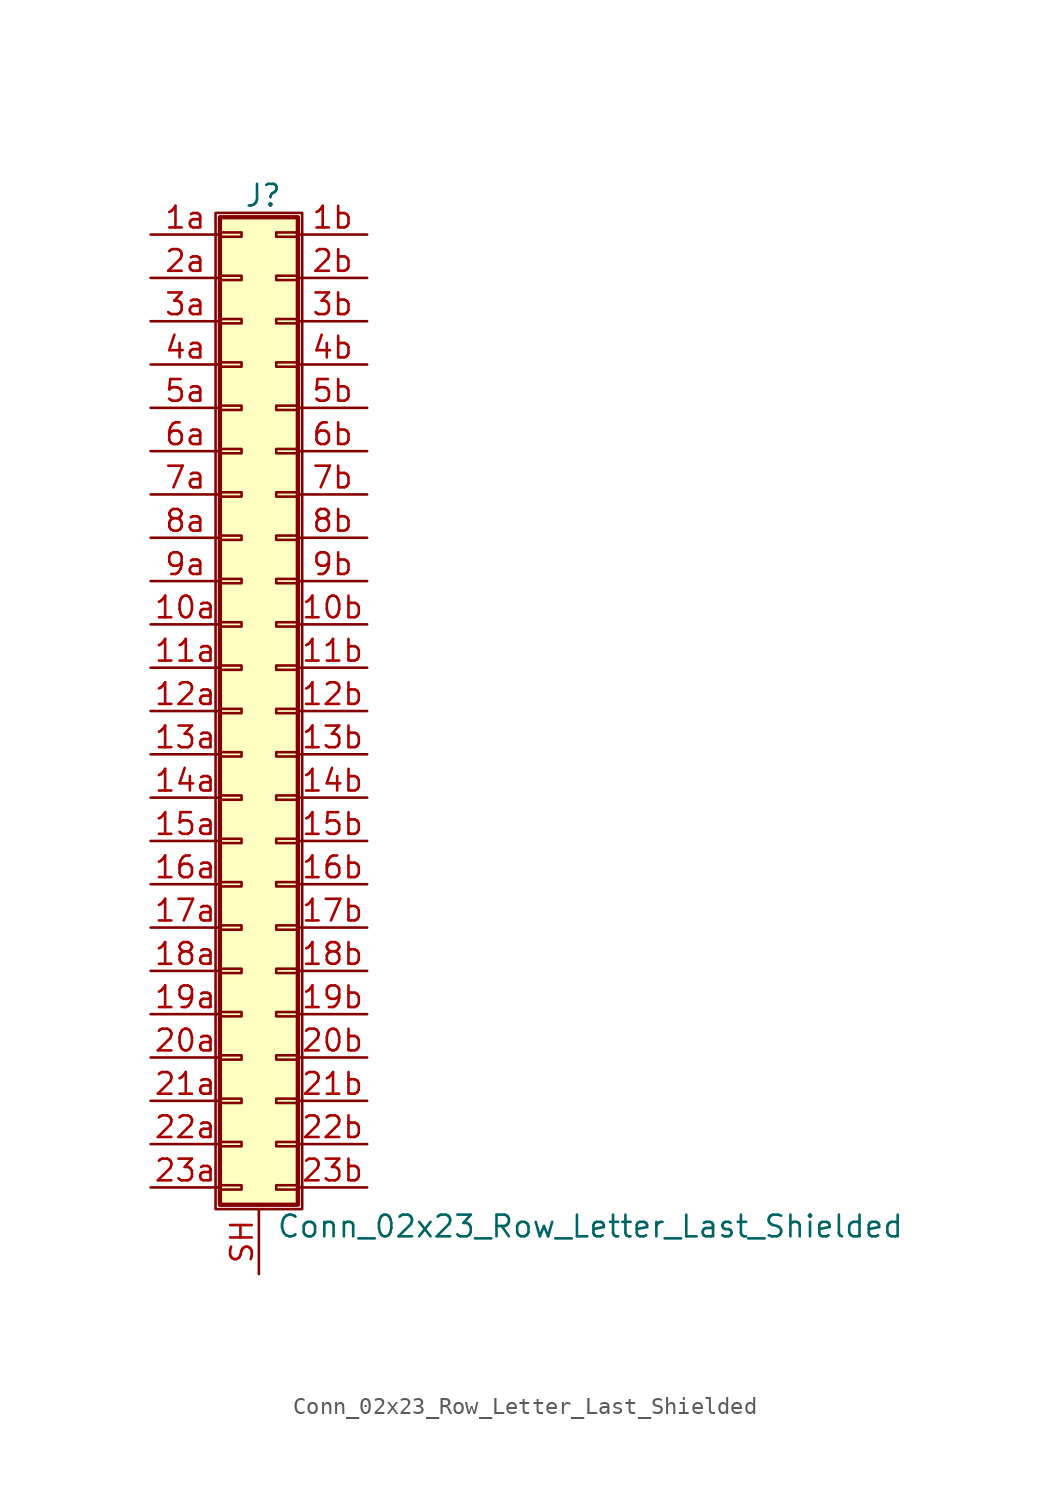
<source format=kicad_sym>
(kicad_symbol_lib
  (version 20220914)
  (generator kicad_symbol_editor)
  (symbol "Conn_02x23_Row_Letter_Last_Shielded"
    (pin_names
      (offset 1.016) hide)
    (property "Reference" "J"
      (at 1.524 30.226 0)
      (effects (font (size 1.27 1.27))))
    (property "Value" "Conn_02x23_Row_Letter_Last_Shielded"
      (at 2.286 -30.226 0)
      (effects (font (size 1.27 1.27)) (justify left)))
    (symbol "Conn_02x23_Row_Letter_Last_Shielded_1_1"
      (rectangle (start -1.27 29.21) (end 3.81 -29.21) (stroke (width 0.152) (type default)) (fill (type none)))
      (rectangle (start -1.016 -27.813) (end 0.254 -28.067) (stroke (width 0.152) (type default)) (fill (type none)))
      (rectangle (start -1.016 -25.273) (end 0.254 -25.527) (stroke (width 0.152) (type default)) (fill (type none)))
      (rectangle (start -1.016 -22.733) (end 0.254 -22.987) (stroke (width 0.152) (type default)) (fill (type none)))
      (rectangle (start -1.016 -20.193) (end 0.254 -20.447) (stroke (width 0.152) (type default)) (fill (type none)))
      (rectangle (start -1.016 -17.653) (end 0.254 -17.907) (stroke (width 0.152) (type default)) (fill (type none)))
      (rectangle (start -1.016 -15.113) (end 0.254 -15.367) (stroke (width 0.152) (type default)) (fill (type none)))
      (rectangle (start -1.016 -12.573) (end 0.254 -12.827) (stroke (width 0.152) (type default)) (fill (type none)))
      (rectangle (start -1.016 -10.033) (end 0.254 -10.287) (stroke (width 0.152) (type default)) (fill (type none)))
      (rectangle (start -1.016 -7.493) (end 0.254 -7.747) (stroke (width 0.152) (type default)) (fill (type none)))
      (rectangle (start -1.016 -4.953) (end 0.254 -5.207) (stroke (width 0.152) (type default)) (fill (type none)))
      (rectangle (start -1.016 -2.413) (end 0.254 -2.667) (stroke (width 0.152) (type default)) (fill (type none)))
      (rectangle (start -1.016 0.127) (end 0.254 -0.127) (stroke (width 0.152) (type default)) (fill (type none)))
      (rectangle (start -1.016 2.667) (end 0.254 2.413) (stroke (width 0.152) (type default)) (fill (type none)))
      (rectangle (start -1.016 5.207) (end 0.254 4.953) (stroke (width 0.152) (type default)) (fill (type none)))
      (rectangle (start -1.016 7.747) (end 0.254 7.493) (stroke (width 0.152) (type default)) (fill (type none)))
      (rectangle (start -1.016 10.287) (end 0.254 10.033) (stroke (width 0.152) (type default)) (fill (type none)))
      (rectangle (start -1.016 12.827) (end 0.254 12.573) (stroke (width 0.152) (type default)) (fill (type none)))
      (rectangle (start -1.016 15.367) (end 0.254 15.113) (stroke (width 0.152) (type default)) (fill (type none)))
      (rectangle (start -1.016 17.907) (end 0.254 17.653) (stroke (width 0.152) (type default)) (fill (type none)))
      (rectangle (start -1.016 20.447) (end 0.254 20.193) (stroke (width 0.152) (type default)) (fill (type none)))
      (rectangle (start -1.016 22.987) (end 0.254 22.733) (stroke (width 0.152) (type default)) (fill (type none)))
      (rectangle (start -1.016 25.527) (end 0.254 25.273) (stroke (width 0.152) (type default)) (fill (type none)))
      (rectangle (start -1.016 28.067) (end 0.254 27.813) (stroke (width 0.152) (type default)) (fill (type none)))
      (rectangle (start -1.016 28.956) (end 3.556 -28.956) (stroke (width 0.254) (type default)) (fill (type background)))
      (rectangle (start 3.556 -27.813) (end 2.286 -28.067) (stroke (width 0.152) (type default)) (fill (type none)))
      (rectangle (start 3.556 -25.273) (end 2.286 -25.527) (stroke (width 0.152) (type default)) (fill (type none)))
      (rectangle (start 3.556 -22.733) (end 2.286 -22.987) (stroke (width 0.152) (type default)) (fill (type none)))
      (rectangle (start 3.556 -20.193) (end 2.286 -20.447) (stroke (width 0.152) (type default)) (fill (type none)))
      (rectangle (start 3.556 -17.653) (end 2.286 -17.907) (stroke (width 0.152) (type default)) (fill (type none)))
      (rectangle (start 3.556 -15.113) (end 2.286 -15.367) (stroke (width 0.152) (type default)) (fill (type none)))
      (rectangle (start 3.556 -12.573) (end 2.286 -12.827) (stroke (width 0.152) (type default)) (fill (type none)))
      (rectangle (start 3.556 -10.033) (end 2.286 -10.287) (stroke (width 0.152) (type default)) (fill (type none)))
      (rectangle (start 3.556 -7.493) (end 2.286 -7.747) (stroke (width 0.152) (type default)) (fill (type none)))
      (rectangle (start 3.556 -4.953) (end 2.286 -5.207) (stroke (width 0.152) (type default)) (fill (type none)))
      (rectangle (start 3.556 -2.413) (end 2.286 -2.667) (stroke (width 0.152) (type default)) (fill (type none)))
      (rectangle (start 3.556 0.127) (end 2.286 -0.127) (stroke (width 0.152) (type default)) (fill (type none)))
      (rectangle (start 3.556 2.667) (end 2.286 2.413) (stroke (width 0.152) (type default)) (fill (type none)))
      (rectangle (start 3.556 5.207) (end 2.286 4.953) (stroke (width 0.152) (type default)) (fill (type none)))
      (rectangle (start 3.556 7.747) (end 2.286 7.493) (stroke (width 0.152) (type default)) (fill (type none)))
      (rectangle (start 3.556 10.287) (end 2.286 10.033) (stroke (width 0.152) (type default)) (fill (type none)))
      (rectangle (start 3.556 12.827) (end 2.286 12.573) (stroke (width 0.152) (type default)) (fill (type none)))
      (rectangle (start 3.556 15.367) (end 2.286 15.113) (stroke (width 0.152) (type default)) (fill (type none)))
      (rectangle (start 3.556 17.907) (end 2.286 17.653) (stroke (width 0.152) (type default)) (fill (type none)))
      (rectangle (start 3.556 20.447) (end 2.286 20.193) (stroke (width 0.152) (type default)) (fill (type none)))
      (rectangle (start 3.556 22.987) (end 2.286 22.733) (stroke (width 0.152) (type default)) (fill (type none)))
      (rectangle (start 3.556 25.527) (end 2.286 25.273) (stroke (width 0.152) (type default)) (fill (type none)))
      (rectangle (start 3.556 28.067) (end 2.286 27.813) (stroke (width 0.152) (type default)) (fill (type none)))
      (pin passive line (at -5.08 5.08 0) (length 4.064) (name "Pin_10a" (effects (font (size 1.27 1.27)))) (number "10a" (effects (font (size 1.27 1.27)))))
      (pin passive line (at 7.62 5.08 180) (length 4.064) (name "Pin_10b" (effects (font (size 1.27 1.27)))) (number "10b" (effects (font (size 1.27 1.27)))))
      (pin passive line (at -5.08 2.54 0) (length 4.064) (name "Pin_11a" (effects (font (size 1.27 1.27)))) (number "11a" (effects (font (size 1.27 1.27)))))
      (pin passive line (at 7.62 2.54 180) (length 4.064) (name "Pin_11b" (effects (font (size 1.27 1.27)))) (number "11b" (effects (font (size 1.27 1.27)))))
      (pin passive line (at -5.08 0 0) (length 4.064) (name "Pin_12a" (effects (font (size 1.27 1.27)))) (number "12a" (effects (font (size 1.27 1.27)))))
      (pin passive line (at 7.62 0 180) (length 4.064) (name "Pin_12b" (effects (font (size 1.27 1.27)))) (number "12b" (effects (font (size 1.27 1.27)))))
      (pin passive line (at -5.08 -2.54 0) (length 4.064) (name "Pin_13a" (effects (font (size 1.27 1.27)))) (number "13a" (effects (font (size 1.27 1.27)))))
      (pin passive line (at 7.62 -2.54 180) (length 4.064) (name "Pin_13b" (effects (font (size 1.27 1.27)))) (number "13b" (effects (font (size 1.27 1.27)))))
      (pin passive line (at -5.08 -5.08 0) (length 4.064) (name "Pin_14a" (effects (font (size 1.27 1.27)))) (number "14a" (effects (font (size 1.27 1.27)))))
      (pin passive line (at 7.62 -5.08 180) (length 4.064) (name "Pin_14b" (effects (font (size 1.27 1.27)))) (number "14b" (effects (font (size 1.27 1.27)))))
      (pin passive line (at -5.08 -7.62 0) (length 4.064) (name "Pin_15a" (effects (font (size 1.27 1.27)))) (number "15a" (effects (font (size 1.27 1.27)))))
      (pin passive line (at 7.62 -7.62 180) (length 4.064) (name "Pin_15b" (effects (font (size 1.27 1.27)))) (number "15b" (effects (font (size 1.27 1.27)))))
      (pin passive line (at -5.08 -10.16 0) (length 4.064) (name "Pin_16a" (effects (font (size 1.27 1.27)))) (number "16a" (effects (font (size 1.27 1.27)))))
      (pin passive line (at 7.62 -10.16 180) (length 4.064) (name "Pin_16b" (effects (font (size 1.27 1.27)))) (number "16b" (effects (font (size 1.27 1.27)))))
      (pin passive line (at -5.08 -12.7 0) (length 4.064) (name "Pin_17a" (effects (font (size 1.27 1.27)))) (number "17a" (effects (font (size 1.27 1.27)))))
      (pin passive line (at 7.62 -12.7 180) (length 4.064) (name "Pin_17b" (effects (font (size 1.27 1.27)))) (number "17b" (effects (font (size 1.27 1.27)))))
      (pin passive line (at -5.08 -15.24 0) (length 4.064) (name "Pin_18a" (effects (font (size 1.27 1.27)))) (number "18a" (effects (font (size 1.27 1.27)))))
      (pin passive line (at 7.62 -15.24 180) (length 4.064) (name "Pin_18b" (effects (font (size 1.27 1.27)))) (number "18b" (effects (font (size 1.27 1.27)))))
      (pin passive line (at -5.08 -17.78 0) (length 4.064) (name "Pin_19a" (effects (font (size 1.27 1.27)))) (number "19a" (effects (font (size 1.27 1.27)))))
      (pin passive line (at 7.62 -17.78 180) (length 4.064) (name "Pin_19b" (effects (font (size 1.27 1.27)))) (number "19b" (effects (font (size 1.27 1.27)))))
      (pin passive line (at -5.08 27.94 0) (length 4.064) (name "Pin_1a" (effects (font (size 1.27 1.27)))) (number "1a" (effects (font (size 1.27 1.27)))))
      (pin passive line (at 7.62 27.94 180) (length 4.064) (name "Pin_1b" (effects (font (size 1.27 1.27)))) (number "1b" (effects (font (size 1.27 1.27)))))
      (pin passive line (at -5.08 -20.32 0) (length 4.064) (name "Pin_20a" (effects (font (size 1.27 1.27)))) (number "20a" (effects (font (size 1.27 1.27)))))
      (pin passive line (at 7.62 -20.32 180) (length 4.064) (name "Pin_20b" (effects (font (size 1.27 1.27)))) (number "20b" (effects (font (size 1.27 1.27)))))
      (pin passive line (at -5.08 -22.86 0) (length 4.064) (name "Pin_21a" (effects (font (size 1.27 1.27)))) (number "21a" (effects (font (size 1.27 1.27)))))
      (pin passive line (at 7.62 -22.86 180) (length 4.064) (name "Pin_21b" (effects (font (size 1.27 1.27)))) (number "21b" (effects (font (size 1.27 1.27)))))
      (pin passive line (at -5.08 -25.4 0) (length 4.064) (name "Pin_22a" (effects (font (size 1.27 1.27)))) (number "22a" (effects (font (size 1.27 1.27)))))
      (pin passive line (at 7.62 -25.4 180) (length 4.064) (name "Pin_22b" (effects (font (size 1.27 1.27)))) (number "22b" (effects (font (size 1.27 1.27)))))
      (pin passive line (at -5.08 -27.94 0) (length 4.064) (name "Pin_23a" (effects (font (size 1.27 1.27)))) (number "23a" (effects (font (size 1.27 1.27)))))
      (pin passive line (at 7.62 -27.94 180) (length 4.064) (name "Pin_23b" (effects (font (size 1.27 1.27)))) (number "23b" (effects (font (size 1.27 1.27)))))
      (pin passive line (at -5.08 25.4 0) (length 4.064) (name "Pin_2a" (effects (font (size 1.27 1.27)))) (number "2a" (effects (font (size 1.27 1.27)))))
      (pin passive line (at 7.62 25.4 180) (length 4.064) (name "Pin_2b" (effects (font (size 1.27 1.27)))) (number "2b" (effects (font (size 1.27 1.27)))))
      (pin passive line (at -5.08 22.86 0) (length 4.064) (name "Pin_3a" (effects (font (size 1.27 1.27)))) (number "3a" (effects (font (size 1.27 1.27)))))
      (pin passive line (at 7.62 22.86 180) (length 4.064) (name "Pin_3b" (effects (font (size 1.27 1.27)))) (number "3b" (effects (font (size 1.27 1.27)))))
      (pin passive line (at -5.08 20.32 0) (length 4.064) (name "Pin_4a" (effects (font (size 1.27 1.27)))) (number "4a" (effects (font (size 1.27 1.27)))))
      (pin passive line (at 7.62 20.32 180) (length 4.064) (name "Pin_4b" (effects (font (size 1.27 1.27)))) (number "4b" (effects (font (size 1.27 1.27)))))
      (pin passive line (at -5.08 17.78 0) (length 4.064) (name "Pin_5a" (effects (font (size 1.27 1.27)))) (number "5a" (effects (font (size 1.27 1.27)))))
      (pin passive line (at 7.62 17.78 180) (length 4.064) (name "Pin_5b" (effects (font (size 1.27 1.27)))) (number "5b" (effects (font (size 1.27 1.27)))))
      (pin passive line (at -5.08 15.24 0) (length 4.064) (name "Pin_6a" (effects (font (size 1.27 1.27)))) (number "6a" (effects (font (size 1.27 1.27)))))
      (pin passive line (at 7.62 15.24 180) (length 4.064) (name "Pin_6b" (effects (font (size 1.27 1.27)))) (number "6b" (effects (font (size 1.27 1.27)))))
      (pin passive line (at -5.08 12.7 0) (length 4.064) (name "Pin_7a" (effects (font (size 1.27 1.27)))) (number "7a" (effects (font (size 1.27 1.27)))))
      (pin passive line (at 7.62 12.7 180) (length 4.064) (name "Pin_7b" (effects (font (size 1.27 1.27)))) (number "7b" (effects (font (size 1.27 1.27)))))
      (pin passive line (at -5.08 10.16 0) (length 4.064) (name "Pin_8a" (effects (font (size 1.27 1.27)))) (number "8a" (effects (font (size 1.27 1.27)))))
      (pin passive line (at 7.62 10.16 180) (length 4.064) (name "Pin_8b" (effects (font (size 1.27 1.27)))) (number "8b" (effects (font (size 1.27 1.27)))))
      (pin passive line (at -5.08 7.62 0) (length 4.064) (name "Pin_9a" (effects (font (size 1.27 1.27)))) (number "9a" (effects (font (size 1.27 1.27)))))
      (pin passive line (at 7.62 7.62 180) (length 4.064) (name "Pin_9b" (effects (font (size 1.27 1.27)))) (number "9b" (effects (font (size 1.27 1.27)))))
      (pin passive line (at 1.27 -33.02 90) (length 3.81) (name "Shield" (effects (font (size 1.27 1.27)))) (number "SH" (effects (font (size 1.27 1.27))))))))
</source>
